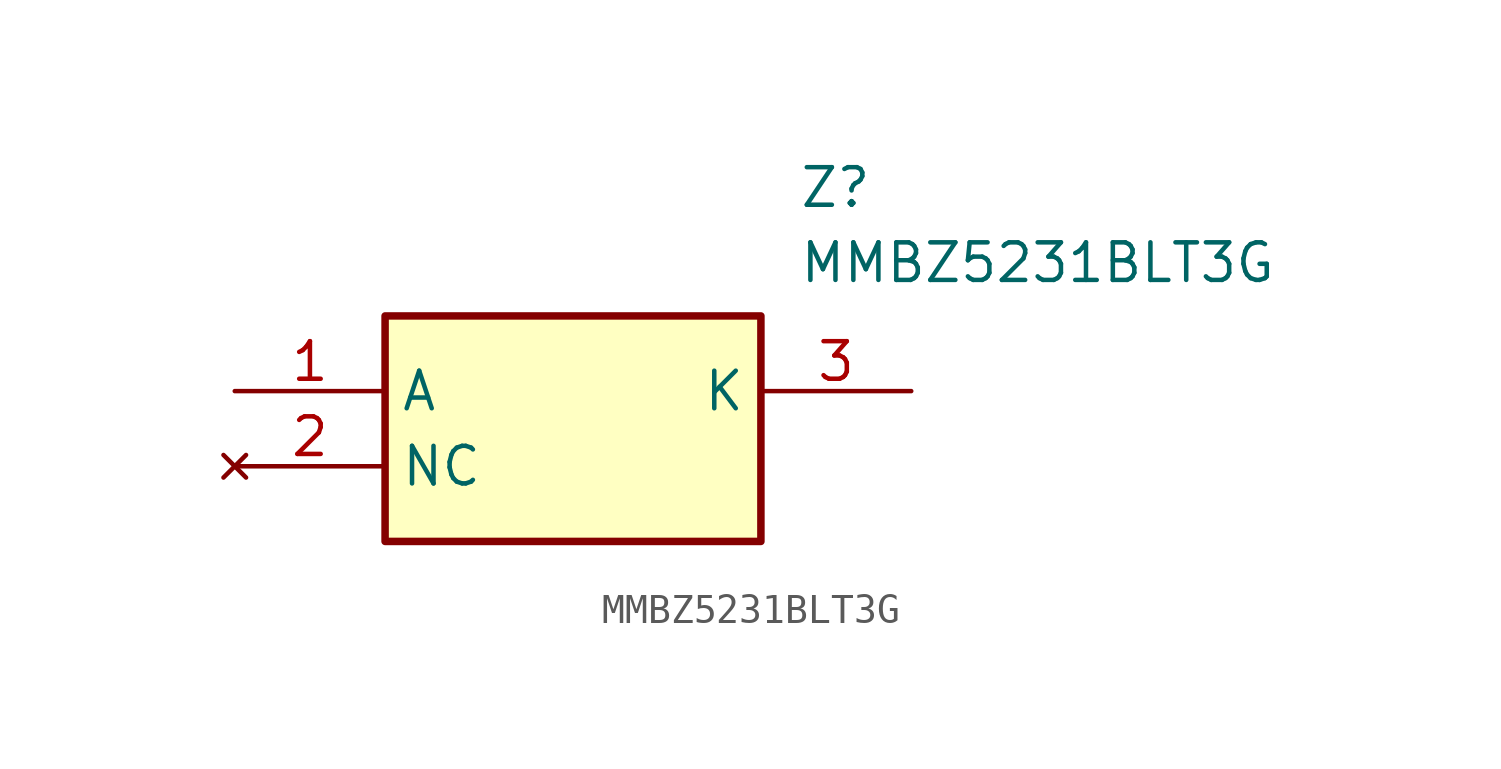
<source format=kicad_sym>
(kicad_symbol_lib
  (version 20211014)
  (generator SamacSys_ECAD_Model)
  (symbol "MMBZ5231BLT3G"
    (property "Reference" "Z"
      (at 19.05 7.62 0)
      (effects (font (size 1.27 1.27)) (justify left top)))
    (property "Value" "MMBZ5231BLT3G"
      (at 19.05 5.08 0)
      (effects (font (size 1.27 1.27)) (justify left top)))
    (rectangle
      (start 5.08 2.54)
      (end 17.78 -5.08)
      (stroke (width 0.254) (type default))
      (fill (type background)))
    (pin passive line
      (at 0 0 0)
      (length 5.08)
      (name "A" (effects (font (size 1.27 1.27))))
      (number "1" (effects (font (size 1.27 1.27)))))
    (pin no_connect line
      (at 0 -2.54 0)
      (length 5.08)
      (name "NC" (effects (font (size 1.27 1.27))))
      (number "2" (effects (font (size 1.27 1.27)))))
    (pin passive line
      (at 22.86 0 180)
      (length 5.08)
      (name "K" (effects (font (size 1.27 1.27))))
      (number "3" (effects (font (size 1.27 1.27)))))))
</source>
